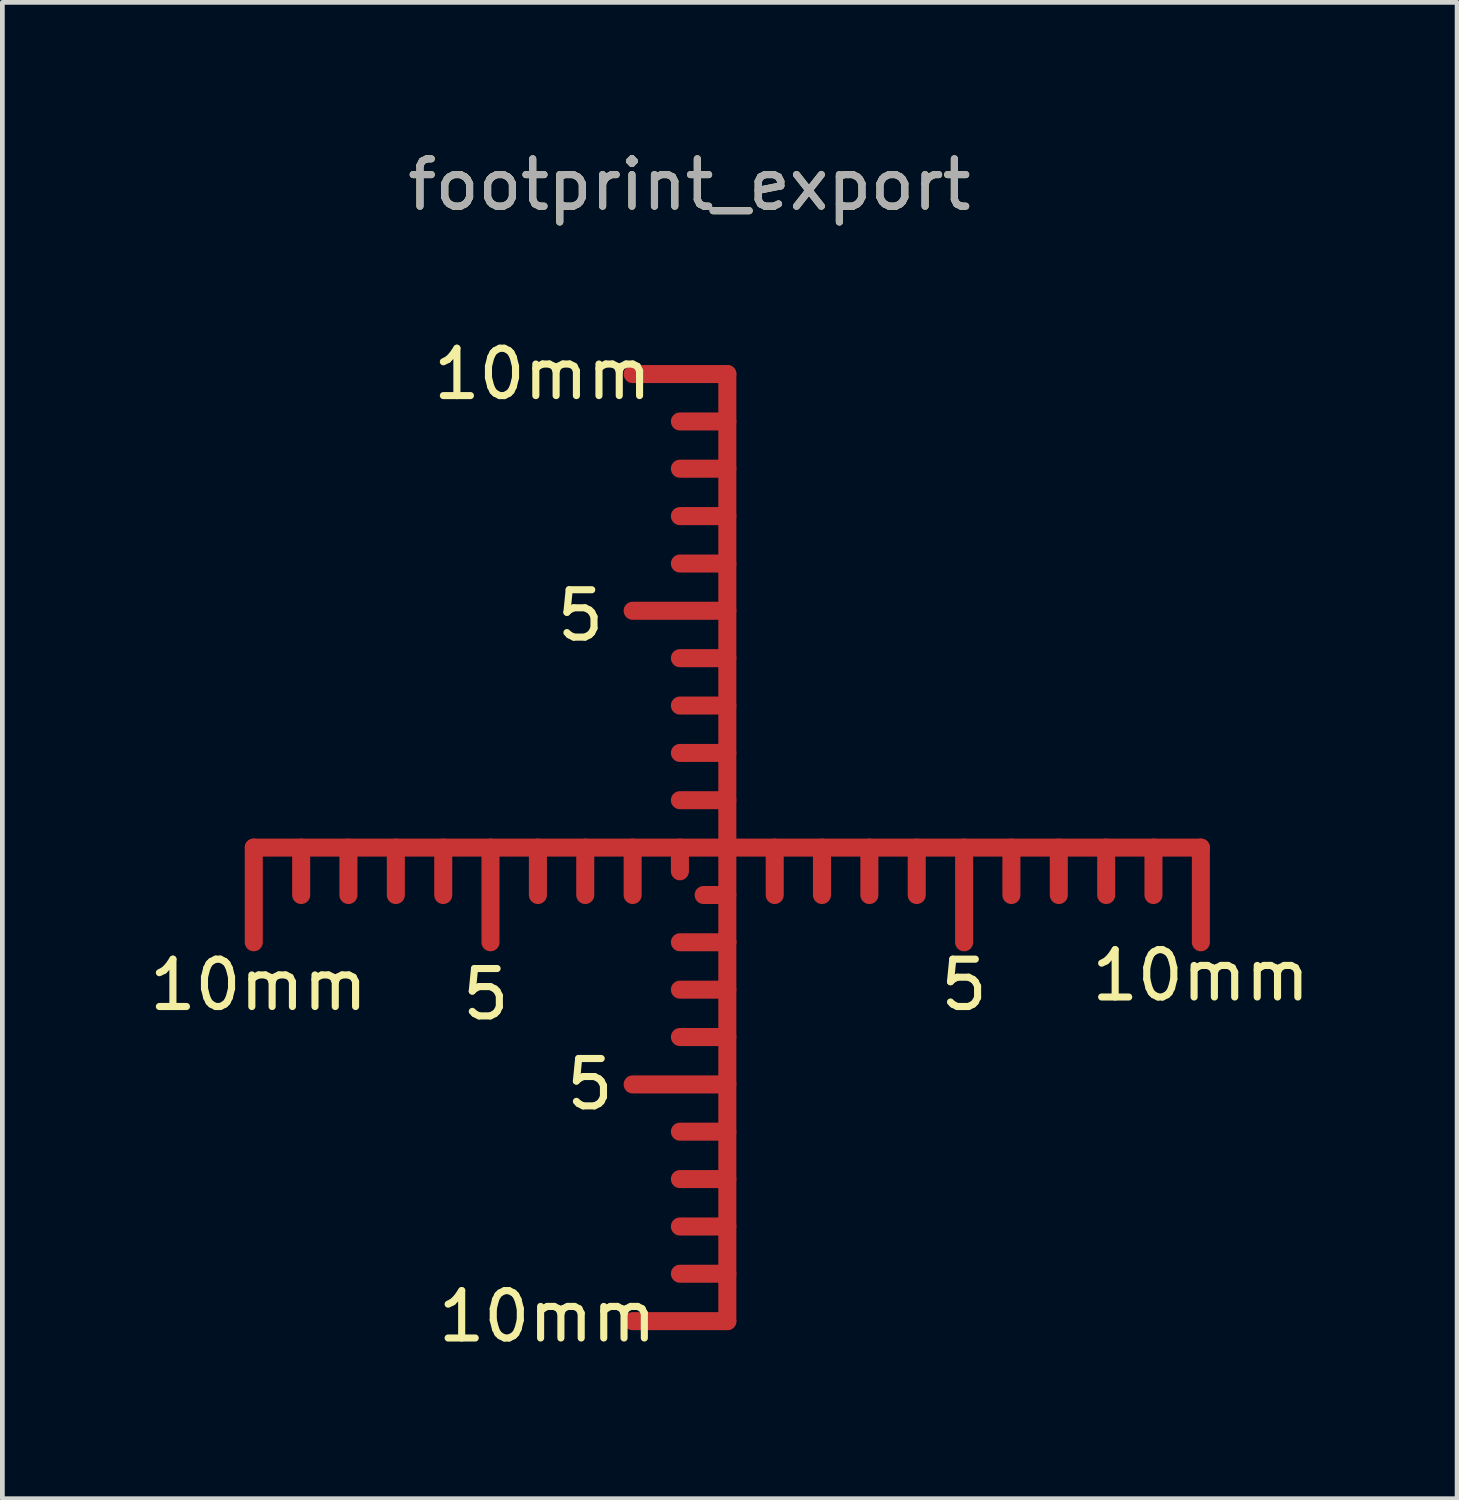
<source format=kicad_pcb>
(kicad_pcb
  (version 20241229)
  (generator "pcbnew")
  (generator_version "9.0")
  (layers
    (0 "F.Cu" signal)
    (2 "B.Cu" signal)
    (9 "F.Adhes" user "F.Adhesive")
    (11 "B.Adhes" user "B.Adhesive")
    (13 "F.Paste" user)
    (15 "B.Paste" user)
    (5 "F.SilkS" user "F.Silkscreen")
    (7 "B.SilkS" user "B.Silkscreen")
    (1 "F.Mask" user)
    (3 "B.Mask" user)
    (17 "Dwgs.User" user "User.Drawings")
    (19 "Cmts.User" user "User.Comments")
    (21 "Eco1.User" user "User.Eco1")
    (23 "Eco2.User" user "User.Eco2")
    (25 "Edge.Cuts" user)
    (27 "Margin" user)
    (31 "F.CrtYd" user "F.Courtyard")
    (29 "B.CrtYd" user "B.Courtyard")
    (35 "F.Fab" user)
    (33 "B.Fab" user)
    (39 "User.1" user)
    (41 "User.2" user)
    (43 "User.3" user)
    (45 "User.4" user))
  (footprint "footprint_export"
    (layer "F.Cu")
    (at 12.309 14.849)
    (property "Reference" "footprint_export" (at -0.8 -14 0) (layer "F.SilkS") (effects (font (size 1 1) (thickness 0.15))))
    (attr exclude_from_pos_files exclude_from_bom)
    (fp_line (start -10 0) (end -10 1.999) (stroke (width 0.381) (type solid)) (layer "F.Cu"))
    (fp_line (start -8.999 0) (end -8.999 1.001) (stroke (width 0.381) (type solid)) (layer "F.Cu"))
    (fp_line (start -8.001 0) (end -8.001 1.001) (stroke (width 0.381) (type solid)) (layer "F.Cu"))
    (fp_line (start -7 0) (end -7 1.001) (stroke (width 0.381) (type solid)) (layer "F.Cu"))
    (fp_line (start -5.999 0) (end -5.999 1.001) (stroke (width 0.381) (type solid)) (layer "F.Cu"))
    (fp_line (start -5.001 0) (end -5.001 1.999) (stroke (width 0.381) (type solid)) (layer "F.Cu"))
    (fp_line (start -4 0) (end -4 1.001) (stroke (width 0.381) (type solid)) (layer "F.Cu"))
    (fp_line (start -3 0) (end -3 1.001) (stroke (width 0.381) (type solid)) (layer "F.Cu"))
    (fp_line (start -1.999 0) (end -1.999 1.001) (stroke (width 0.381) (type solid)) (layer "F.Cu"))
    (fp_line (start -1.001 0) (end -1.001 0.5) (stroke (width 0.381) (type solid)) (layer "F.Cu"))
    (fp_line (start 0 -10) (end -1.999 -10) (stroke (width 0.381) (type solid)) (layer "F.Cu"))
    (fp_line (start 0 -8.999) (end -1.001 -8.999) (stroke (width 0.381) (type solid)) (layer "F.Cu"))
    (fp_line (start 0 -8.001) (end -1.001 -8.001) (stroke (width 0.381) (type solid)) (layer "F.Cu"))
    (fp_line (start 0 -7) (end -1.001 -7) (stroke (width 0.381) (type solid)) (layer "F.Cu"))
    (fp_line (start 0 -5.999) (end -1.001 -5.999) (stroke (width 0.381) (type solid)) (layer "F.Cu"))
    (fp_line (start 0 -5.001) (end -1.999 -5.001) (stroke (width 0.381) (type solid)) (layer "F.Cu"))
    (fp_line (start 0 -4) (end -1.001 -4) (stroke (width 0.381) (type solid)) (layer "F.Cu"))
    (fp_line (start 0 -3) (end -1.001 -3) (stroke (width 0.381) (type solid)) (layer "F.Cu"))
    (fp_line (start 0 -1.999) (end -1.001 -1.999) (stroke (width 0.381) (type solid)) (layer "F.Cu"))
    (fp_line (start 0 -1.001) (end -1.001 -1.001) (stroke (width 0.381) (type solid)) (layer "F.Cu"))
    (fp_line (start 0 0) (end -10 0) (stroke (width 0.381) (type solid)) (layer "F.Cu"))
    (fp_line (start 0 0) (end 0 -10) (stroke (width 0.381) (type solid)) (layer "F.Cu"))
    (fp_line (start 0 0) (end 0 1.999) (stroke (width 0.381) (type solid)) (layer "F.Cu"))
    (fp_line (start 0 0) (end 10 0) (stroke (width 0.381) (type solid)) (layer "F.Cu"))
    (fp_line (start 0 1.001) (end -0.5 1.001) (stroke (width 0.381) (type solid)) (layer "F.Cu"))
    (fp_line (start 0 1.999) (end -1.001 1.999) (stroke (width 0.381) (type solid)) (layer "F.Cu"))
    (fp_line (start 0 1.999) (end 0 10) (stroke (width 0.381) (type solid)) (layer "F.Cu"))
    (fp_line (start 0 3) (end -1.001 3) (stroke (width 0.381) (type solid)) (layer "F.Cu"))
    (fp_line (start 0 4) (end -1.001 4) (stroke (width 0.381) (type solid)) (layer "F.Cu"))
    (fp_line (start 0 5.001) (end -1.999 5.001) (stroke (width 0.381) (type solid)) (layer "F.Cu"))
    (fp_line (start 0 5.999) (end -1.001 5.999) (stroke (width 0.381) (type solid)) (layer "F.Cu"))
    (fp_line (start 0 7) (end -1.001 7) (stroke (width 0.381) (type solid)) (layer "F.Cu"))
    (fp_line (start 0 8.001) (end -1.001 8.001) (stroke (width 0.381) (type solid)) (layer "F.Cu"))
    (fp_line (start 0 8.999) (end -1.001 8.999) (stroke (width 0.381) (type solid)) (layer "F.Cu"))
    (fp_line (start 0 10) (end -1.999 10) (stroke (width 0.381) (type solid)) (layer "F.Cu"))
    (fp_line (start 1.001 0) (end 1.001 1.001) (stroke (width 0.381) (type solid)) (layer "F.Cu"))
    (fp_line (start 1.999 0) (end 1.999 1.001) (stroke (width 0.381) (type solid)) (layer "F.Cu"))
    (fp_line (start 3 0) (end 3 1.001) (stroke (width 0.381) (type solid)) (layer "F.Cu"))
    (fp_line (start 4 0) (end 4 1.001) (stroke (width 0.381) (type solid)) (layer "F.Cu"))
    (fp_line (start 5.001 0) (end 5.001 1.999) (stroke (width 0.381) (type solid)) (layer "F.Cu"))
    (fp_line (start 5.999 0) (end 5.999 1.001) (stroke (width 0.381) (type solid)) (layer "F.Cu"))
    (fp_line (start 7 0) (end 7 1.001) (stroke (width 0.381) (type solid)) (layer "F.Cu"))
    (fp_line (start 8.001 0) (end 8.001 1.001) (stroke (width 0.381) (type solid)) (layer "F.Cu"))
    (fp_line (start 8.999 0) (end 8.999 1.001) (stroke (width 0.381) (type solid)) (layer "F.Cu"))
    (fp_line (start 10 0) (end 10 1.999) (stroke (width 0.381) (type solid)) (layer "F.Cu"))
    (fp_text user "5" (at -2.901 4.999 0) (layer "F.SilkS") (effects (font (size 1 1) (thickness 0.15))))
    (fp_text user "10mm" (at -3.901 -10 0) (layer "F.SilkS") (effects (font (size 1 1) (thickness 0.15))))
    (fp_text user "10mm" (at -3.8 9.901 0) (layer "F.SilkS") (effects (font (size 1 1) (thickness 0.15))))
    (fp_text user "5" (at -5.1 3.099 0) (layer "F.SilkS") (effects (font (size 1 1) (thickness 0.15))))
    (fp_text user "10mm" (at 10 2.7 0) (layer "F.SilkS") (effects (font (size 1 1) (thickness 0.15))))
    (fp_text user "10mm" (at -9.898 2.901 0) (layer "F.SilkS") (effects (font (size 1 1) (thickness 0.15))))
    (fp_text user "5" (at -3.101 -4.9 0) (layer "F.SilkS") (effects (font (size 1 1) (thickness 0.15))))
    (fp_text user "5" (at 4.999 2.901 0) (layer "F.SilkS") (effects (font (size 1 1) (thickness 0.15))))
    (fp_text user "${REFERENCE}" (at -0.8 -14 0) (layer "F.Fab") (effects (font (size 1 1) (thickness 0.15)))))
  (gr_rect
    (start -3 -3)
    (end 27.72 28.598)
    (stroke (width 0.1) (type default))
    (fill no)
    (layer "Edge.Cuts")))
</source>
